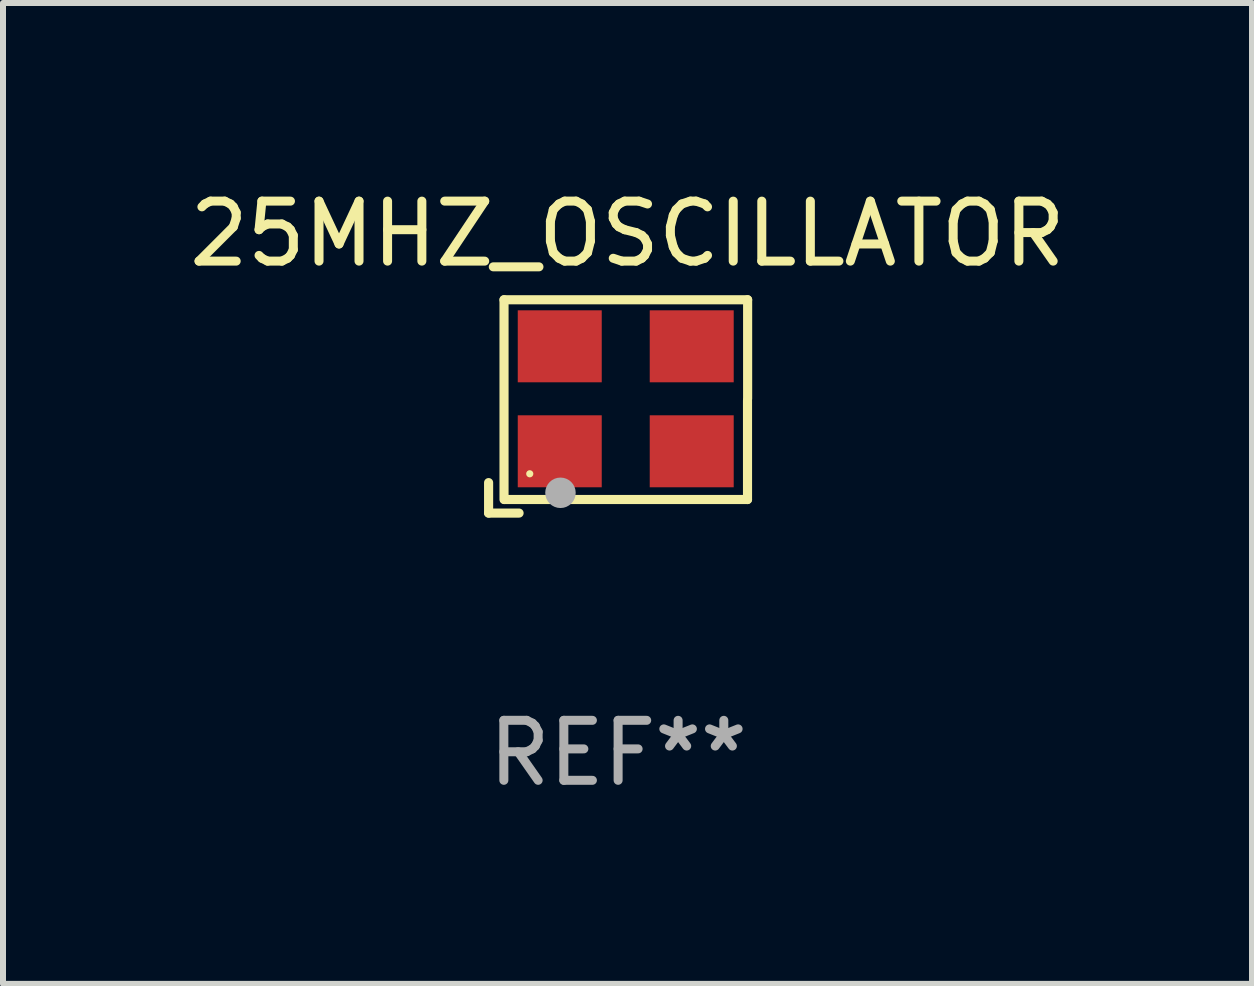
<source format=kicad_pcb>
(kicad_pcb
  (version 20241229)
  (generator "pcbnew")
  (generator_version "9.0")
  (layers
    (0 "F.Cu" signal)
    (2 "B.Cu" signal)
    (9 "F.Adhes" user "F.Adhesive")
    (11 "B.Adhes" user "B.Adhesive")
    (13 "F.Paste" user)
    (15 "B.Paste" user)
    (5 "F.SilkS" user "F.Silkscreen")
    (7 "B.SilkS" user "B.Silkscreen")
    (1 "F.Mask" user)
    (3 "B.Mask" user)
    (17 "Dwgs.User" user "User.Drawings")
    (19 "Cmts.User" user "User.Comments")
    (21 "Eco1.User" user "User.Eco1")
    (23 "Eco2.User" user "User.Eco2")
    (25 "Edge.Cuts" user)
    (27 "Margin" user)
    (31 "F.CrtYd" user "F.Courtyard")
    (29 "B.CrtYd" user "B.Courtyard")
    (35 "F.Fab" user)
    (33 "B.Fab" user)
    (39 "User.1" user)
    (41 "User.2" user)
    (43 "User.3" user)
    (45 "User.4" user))
  (footprint "25MHZ_OSCILLATOR"
    (layer "F.Cu")
    (at 7.381 3.598)
    (property "Reference" "25MHZ_OSCILLATOR" (at 0.03 -2.75 0) (layer "F.SilkS") (effects (font (size 1 1) (thickness 0.15))))
    (attr through_hole)
    (fp_line (start -2.286 1.397) (end -2.286 1.905) (stroke (width 0.152) (type solid)) (layer "F.SilkS"))
    (fp_line (start -2.286 1.905) (end -1.778 1.905) (stroke (width 0.152) (type solid)) (layer "F.SilkS"))
    (fp_line (start -2.029 -1.651) (end 2.032 -1.651) (stroke (width 0.152) (type solid)) (layer "F.SilkS"))
    (fp_line (start -2.029 1.679) (end -2.029 -1.651) (stroke (width 0.152) (type solid)) (layer "F.SilkS"))
    (fp_line (start 2.03 0.028) (end 2.03 1.679) (stroke (width 0.152) (type solid)) (layer "F.SilkS"))
    (fp_line (start 2.03 1.679) (end -2.02 1.679) (stroke (width 0.152) (type solid)) (layer "F.SilkS"))
    (fp_line (start 2.032 -1.651) (end 2.032 -0.000127) (stroke (width 0.152) (type solid)) (layer "F.SilkS"))
    (fp_circle (center -1.6 1.25) (end -1.57 1.25) (stroke (width 0.06) (type solid)) (fill no) (layer "F.SilkS"))
    (fp_circle (center -1.088 1.567) (end -0.961 1.567) (stroke (width 0.254) (type solid)) (fill no) (layer "F.Fab"))
    (fp_text user "REF**" (at -0.127 5.905 0) (layer "F.Fab") (effects (font (size 1 1) (thickness 0.15))))
    (pad "1" smd rect (at -1.1 0.875) (size 1.4 1.2) (layers "F.Cu" "F.Mask" "F.Paste"))
    (pad "2" smd rect (at 1.1 0.875) (size 1.4 1.2) (layers "F.Cu" "F.Mask" "F.Paste"))
    (pad "3" smd rect (at 1.1 -0.875) (size 1.4 1.2) (layers "F.Cu" "F.Mask" "F.Paste"))
    (pad "4" smd rect (at -1.1 -0.875) (size 1.4 1.2) (layers "F.Cu" "F.Mask" "F.Paste")))
  (gr_rect
    (start -3 -3)
    (end 17.821 13.351)
    (stroke (width 0.1) (type default))
    (fill no)
    (layer "Edge.Cuts")))
</source>
